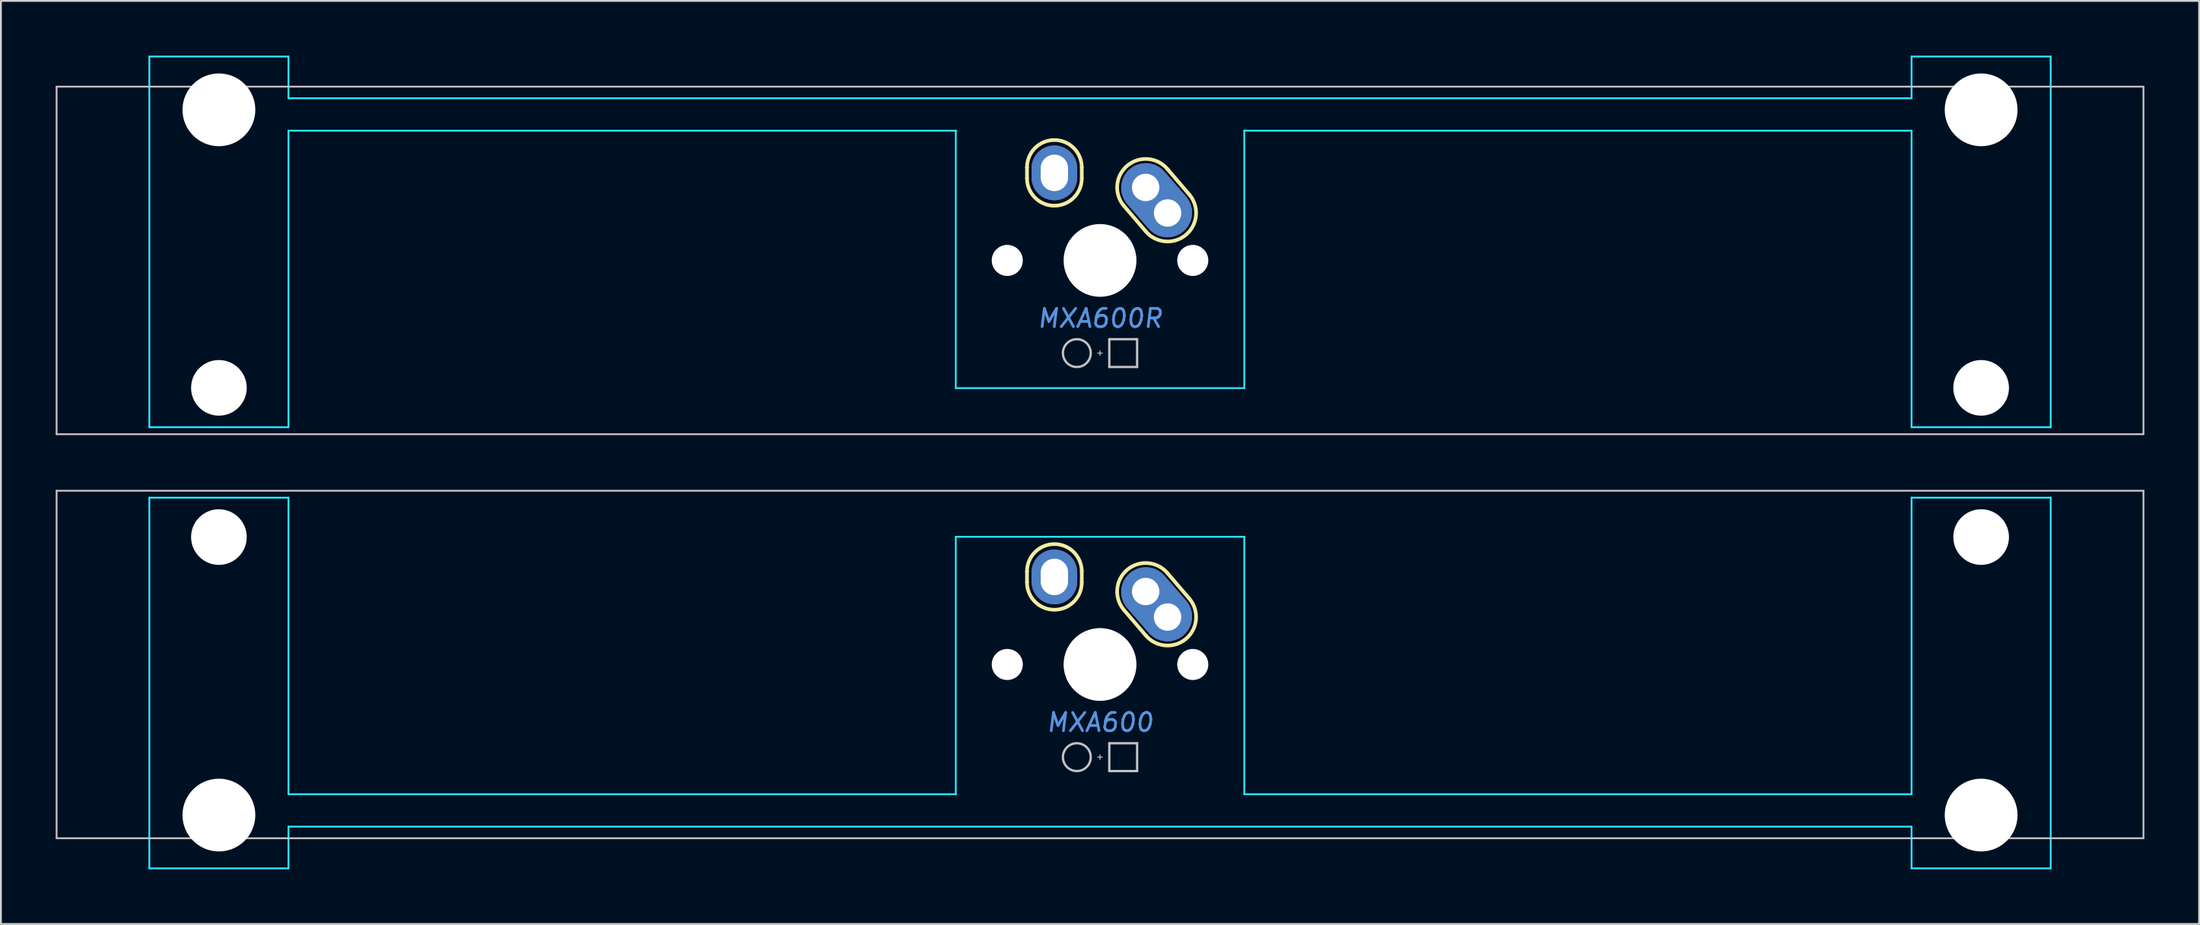
<source format=kicad_pcb>
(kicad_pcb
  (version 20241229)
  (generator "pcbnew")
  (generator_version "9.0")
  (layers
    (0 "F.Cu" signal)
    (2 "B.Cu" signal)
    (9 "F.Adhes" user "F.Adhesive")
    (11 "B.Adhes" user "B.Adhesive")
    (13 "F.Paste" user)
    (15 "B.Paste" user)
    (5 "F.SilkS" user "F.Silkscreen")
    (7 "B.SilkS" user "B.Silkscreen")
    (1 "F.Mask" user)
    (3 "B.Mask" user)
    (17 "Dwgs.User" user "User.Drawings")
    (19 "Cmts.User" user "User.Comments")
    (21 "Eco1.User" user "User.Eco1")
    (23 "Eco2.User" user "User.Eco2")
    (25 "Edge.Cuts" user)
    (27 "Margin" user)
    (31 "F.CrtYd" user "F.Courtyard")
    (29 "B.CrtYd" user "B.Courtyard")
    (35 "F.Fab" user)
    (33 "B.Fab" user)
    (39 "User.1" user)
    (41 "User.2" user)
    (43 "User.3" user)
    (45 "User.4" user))
  (footprint "MXA600"
    (layer "F.Cu")
    (at 57.2 33.376)
    (property "Reference" "MXA600" (at 0 3.175 0) (layer "Cmts.User") (effects (font (size 1 1) (thickness 0.15) (italic yes))))
    (attr through_hole)
    (fp_line (start -4 -4.5) (end -4 -5.1) (stroke (width 0.2) (type solid)) (layer "F.SilkS"))
    (fp_line (start -1 -4.5) (end -1 -5.1) (stroke (width 0.2) (type solid)) (layer "F.SilkS"))
    (fp_line (start 1.3 -3) (end 2.5 -1.6) (stroke (width 0.2) (type solid)) (layer "F.SilkS"))
    (fp_line (start 3.7 -5) (end 4.9 -3.6) (stroke (width 0.2) (type solid)) (layer "F.SilkS"))
    (fp_arc (start -4 -5.1) (mid -2.5 -6.6) (end -1 -5.1) (stroke (width 0.2) (type solid)) (layer "F.SilkS"))
    (fp_arc (start -1 -4.5) (mid -2.5 -3) (end -4 -4.5) (stroke (width 0.2) (type solid)) (layer "F.SilkS"))
    (fp_arc (start 1.3 -3) (mid 1.5 -5.2) (end 3.7 -5) (stroke (width 0.2) (type solid)) (layer "F.SilkS"))
    (fp_arc (start 4.9 -3.6) (mid 4.7 -1.4) (end 2.5 -1.6) (stroke (width 0.2) (type solid)) (layer "F.SilkS"))
    (fp_line (start -57.15 -9.525) (end -57.15 9.525) (stroke (width 0.1) (type solid)) (layer "Dwgs.User"))
    (fp_line (start -57.15 -9.525) (end 57.15 -9.525) (stroke (width 0.1) (type solid)) (layer "Dwgs.User"))
    (fp_line (start -57.15 9.525) (end 57.15 9.525) (stroke (width 0.1) (type solid)) (layer "Dwgs.User"))
    (fp_line (start -0.127 5.08) (end 0.127 5.08) (stroke (width 0.051) (type solid)) (layer "Dwgs.User"))
    (fp_line (start 0 5.207) (end 0 4.953) (stroke (width 0.051) (type solid)) (layer "Dwgs.User"))
    (fp_line (start 0.508 4.318) (end 0.508 5.842) (stroke (width 0.127) (type solid)) (layer "Dwgs.User"))
    (fp_line (start 0.508 4.318) (end 2.032 4.318) (stroke (width 0.127) (type solid)) (layer "Dwgs.User"))
    (fp_line (start 0.508 5.842) (end 2.032 5.842) (stroke (width 0.127) (type solid)) (layer "Dwgs.User"))
    (fp_line (start 2.032 5.842) (end 2.032 4.318) (stroke (width 0.127) (type solid)) (layer "Dwgs.User"))
    (fp_line (start 57.15 -9.525) (end 57.15 9.525) (stroke (width 0.1) (type solid)) (layer "Dwgs.User"))
    (fp_circle (center -1.27 5.08) (end -0.508 5.08) (stroke (width 0.127) (type solid)) (fill no) (layer "Dwgs.User"))
    (fp_line (start -52.07 -9.144) (end -52.07 11.176) (stroke (width 0.1) (type solid)) (layer "B.CrtYd"))
    (fp_line (start -52.07 -9.144) (end -44.45 -9.144) (stroke (width 0.1) (type solid)) (layer "B.CrtYd"))
    (fp_line (start -52.07 11.176) (end -44.45 11.176) (stroke (width 0.1) (type solid)) (layer "B.CrtYd"))
    (fp_line (start -44.45 7.112) (end -44.45 -9.144) (stroke (width 0.1) (type solid)) (layer "B.CrtYd"))
    (fp_line (start -44.45 7.112) (end -7.9 7.112) (stroke (width 0.1) (type solid)) (layer "B.CrtYd"))
    (fp_line (start -44.45 8.89) (end -44.45 11.176) (stroke (width 0.1) (type solid)) (layer "B.CrtYd"))
    (fp_line (start -44.45 8.89) (end 44.45 8.89) (stroke (width 0.1) (type solid)) (layer "B.CrtYd"))
    (fp_line (start -7.9 -7) (end -7.9 7.112) (stroke (width 0.1) (type solid)) (layer "B.CrtYd"))
    (fp_line (start -7.9 -7) (end 7.9 -7) (stroke (width 0.1) (type solid)) (layer "B.CrtYd"))
    (fp_line (start 7.9 -7) (end 7.9 7.112) (stroke (width 0.1) (type solid)) (layer "B.CrtYd"))
    (fp_line (start 44.45 -9.144) (end 52.07 -9.144) (stroke (width 0.1) (type solid)) (layer "B.CrtYd"))
    (fp_line (start 44.45 7.112) (end 7.9 7.112) (stroke (width 0.1) (type solid)) (layer "B.CrtYd"))
    (fp_line (start 44.45 7.112) (end 44.45 -9.144) (stroke (width 0.1) (type solid)) (layer "B.CrtYd"))
    (fp_line (start 44.45 8.89) (end 44.45 11.176) (stroke (width 0.1) (type solid)) (layer "B.CrtYd"))
    (fp_line (start 44.45 11.176) (end 52.07 11.176) (stroke (width 0.1) (type solid)) (layer "B.CrtYd"))
    (fp_line (start 52.07 -9.144) (end 52.07 11.176) (stroke (width 0.1) (type solid)) (layer "B.CrtYd"))
    (pad "" np_thru_hole circle (at -48.26 -6.985 180) (size 3.048 3.048) (drill 3.048) (layers "*.Cu" "*.Mask"))
    (pad "" np_thru_hole circle (at -48.26 8.255 180) (size 3.988 3.988) (drill 3.988) (layers "*.Cu" "*.Mask"))
    (pad "" np_thru_hole circle (at -5.08 0) (size 1.702 1.702) (drill 1.702) (layers "*.Cu" "*.Mask"))
    (pad "" np_thru_hole circle (at 0 0) (size 3.988 3.988) (drill 3.988) (layers "*.Cu" "*.Mask"))
    (pad "" np_thru_hole circle (at 5.08 0) (size 1.702 1.702) (drill 1.702) (layers "*.Cu" "*.Mask"))
    (pad "" np_thru_hole circle (at 48.26 -6.985 180) (size 3.048 3.048) (drill 3.048) (layers "*.Cu" "*.Mask"))
    (pad "" np_thru_hole circle (at 48.26 8.255 180) (size 3.988 3.988) (drill 3.988) (layers "*.Cu" "*.Mask"))
    (pad "1" thru_hole oval (at -2.5 -4.8) (size 2.5 3) (drill oval 1.5 2) (layers "*.Cu" "*.Mask"))
    (pad "2" thru_hole circle (at 2.5 -4) (size 2.5 2.5) (drill 1.5) (layers "*.Cu" "*.Mask"))
    (pad "2" smd oval (at 3.1 -3.3 221) (size 2.7 4.5) (layers "F.Cu" "F.Mask"))
    (pad "2" smd oval (at 3.1 -3.3 221) (size 2.7 4.5) (layers "B.Cu" "B.Mask"))
    (pad "2" thru_hole circle (at 3.7 -2.6) (size 2.5 2.5) (drill 1.5) (layers "*.Cu" "*.Mask")))
  (footprint "MXA600R"
    (layer "F.Cu")
    (at 57.2 11.226)
    (property "Reference" "MXA600R" (at 0 3.175 0) (layer "Cmts.User") (effects (font (size 1 1) (thickness 0.15) (italic yes))))
    (attr through_hole)
    (fp_line (start -4 -4.5) (end -4 -5.1) (stroke (width 0.2) (type solid)) (layer "F.SilkS"))
    (fp_line (start -1 -4.5) (end -1 -5.1) (stroke (width 0.2) (type solid)) (layer "F.SilkS"))
    (fp_line (start 1.3 -3) (end 2.5 -1.6) (stroke (width 0.2) (type solid)) (layer "F.SilkS"))
    (fp_line (start 3.7 -5) (end 4.9 -3.6) (stroke (width 0.2) (type solid)) (layer "F.SilkS"))
    (fp_arc (start -4 -5.1) (mid -2.5 -6.6) (end -1 -5.1) (stroke (width 0.2) (type solid)) (layer "F.SilkS"))
    (fp_arc (start -1 -4.5) (mid -2.5 -3) (end -4 -4.5) (stroke (width 0.2) (type solid)) (layer "F.SilkS"))
    (fp_arc (start 1.3 -3) (mid 1.5 -5.2) (end 3.7 -5) (stroke (width 0.2) (type solid)) (layer "F.SilkS"))
    (fp_arc (start 4.9 -3.6) (mid 4.7 -1.4) (end 2.5 -1.6) (stroke (width 0.2) (type solid)) (layer "F.SilkS"))
    (fp_line (start -57.15 -9.525) (end -57.15 9.525) (stroke (width 0.1) (type solid)) (layer "Dwgs.User"))
    (fp_line (start -57.15 -9.525) (end 57.15 -9.525) (stroke (width 0.1) (type solid)) (layer "Dwgs.User"))
    (fp_line (start -57.15 9.525) (end 57.15 9.525) (stroke (width 0.1) (type solid)) (layer "Dwgs.User"))
    (fp_line (start -0.127 5.08) (end 0.127 5.08) (stroke (width 0.051) (type solid)) (layer "Dwgs.User"))
    (fp_line (start 0 5.207) (end 0 4.953) (stroke (width 0.051) (type solid)) (layer "Dwgs.User"))
    (fp_line (start 0.508 4.318) (end 0.508 5.842) (stroke (width 0.127) (type solid)) (layer "Dwgs.User"))
    (fp_line (start 0.508 4.318) (end 2.032 4.318) (stroke (width 0.127) (type solid)) (layer "Dwgs.User"))
    (fp_line (start 0.508 5.842) (end 2.032 5.842) (stroke (width 0.127) (type solid)) (layer "Dwgs.User"))
    (fp_line (start 2.032 5.842) (end 2.032 4.318) (stroke (width 0.127) (type solid)) (layer "Dwgs.User"))
    (fp_line (start 57.15 9.525) (end 57.15 -9.525) (stroke (width 0.1) (type solid)) (layer "Dwgs.User"))
    (fp_circle (center -1.27 5.08) (end -0.508 5.08) (stroke (width 0.127) (type solid)) (fill no) (layer "Dwgs.User"))
    (fp_line (start -52.07 9.144) (end -52.07 -11.176) (stroke (width 0.1) (type solid)) (layer "B.CrtYd"))
    (fp_line (start -44.45 -11.176) (end -52.07 -11.176) (stroke (width 0.1) (type solid)) (layer "B.CrtYd"))
    (fp_line (start -44.45 -8.89) (end -44.45 -11.176) (stroke (width 0.1) (type solid)) (layer "B.CrtYd"))
    (fp_line (start -44.45 -7.112) (end -44.45 9.144) (stroke (width 0.1) (type solid)) (layer "B.CrtYd"))
    (fp_line (start -44.45 -7.112) (end -7.9 -7.112) (stroke (width 0.1) (type solid)) (layer "B.CrtYd"))
    (fp_line (start -44.45 9.144) (end -52.07 9.144) (stroke (width 0.1) (type solid)) (layer "B.CrtYd"))
    (fp_line (start -7.9 7) (end -7.9 -7.112) (stroke (width 0.1) (type solid)) (layer "B.CrtYd"))
    (fp_line (start 7.9 7) (end -7.9 7) (stroke (width 0.1) (type solid)) (layer "B.CrtYd"))
    (fp_line (start 7.9 7) (end 7.9 -7.112) (stroke (width 0.1) (type solid)) (layer "B.CrtYd"))
    (fp_line (start 44.45 -8.89) (end -44.45 -8.89) (stroke (width 0.1) (type solid)) (layer "B.CrtYd"))
    (fp_line (start 44.45 -8.89) (end 44.45 -11.176) (stroke (width 0.1) (type solid)) (layer "B.CrtYd"))
    (fp_line (start 44.45 -7.112) (end 7.9 -7.112) (stroke (width 0.1) (type solid)) (layer "B.CrtYd"))
    (fp_line (start 44.45 -7.112) (end 44.45 9.144) (stroke (width 0.1) (type solid)) (layer "B.CrtYd"))
    (fp_line (start 52.07 -11.176) (end 44.45 -11.176) (stroke (width 0.1) (type solid)) (layer "B.CrtYd"))
    (fp_line (start 52.07 9.144) (end 44.45 9.144) (stroke (width 0.1) (type solid)) (layer "B.CrtYd"))
    (fp_line (start 52.07 9.144) (end 52.07 -11.176) (stroke (width 0.1) (type solid)) (layer "B.CrtYd"))
    (pad "" np_thru_hole circle (at -48.26 -8.255) (size 3.988 3.988) (drill 3.988) (layers "*.Cu" "*.Mask"))
    (pad "" np_thru_hole circle (at -48.26 6.985) (size 3.048 3.048) (drill 3.048) (layers "*.Cu" "*.Mask"))
    (pad "" np_thru_hole circle (at -5.08 0) (size 1.702 1.702) (drill 1.702) (layers "*.Cu" "*.Mask"))
    (pad "" np_thru_hole circle (at 0 0) (size 3.988 3.988) (drill 3.988) (layers "*.Cu" "*.Mask"))
    (pad "" np_thru_hole circle (at 5.08 0) (size 1.702 1.702) (drill 1.702) (layers "*.Cu" "*.Mask"))
    (pad "" np_thru_hole circle (at 48.26 -8.255) (size 3.988 3.988) (drill 3.988) (layers "*.Cu" "*.Mask"))
    (pad "" np_thru_hole circle (at 48.26 6.985) (size 3.048 3.048) (drill 3.048) (layers "*.Cu" "*.Mask"))
    (pad "1" thru_hole oval (at -2.5 -4.8) (size 2.5 3) (drill oval 1.5 2) (layers "*.Cu" "*.Mask"))
    (pad "2" thru_hole circle (at 2.5 -4) (size 2.5 2.5) (drill 1.5) (layers "*.Cu" "*.Mask"))
    (pad "2" smd oval (at 3.1 -3.3 221) (size 2.7 4.5) (layers "F.Cu" "F.Mask"))
    (pad "2" smd oval (at 3.1 -3.3 221) (size 2.7 4.5) (layers "B.Cu" "B.Mask"))
    (pad "2" thru_hole circle (at 3.7 -2.6) (size 2.5 2.5) (drill 1.5) (layers "*.Cu" "*.Mask")))
  (gr_rect
    (start -3 -3)
    (end 117.4 47.602)
    (stroke (width 0.1) (type default))
    (fill no)
    (layer "Edge.Cuts")))
</source>
